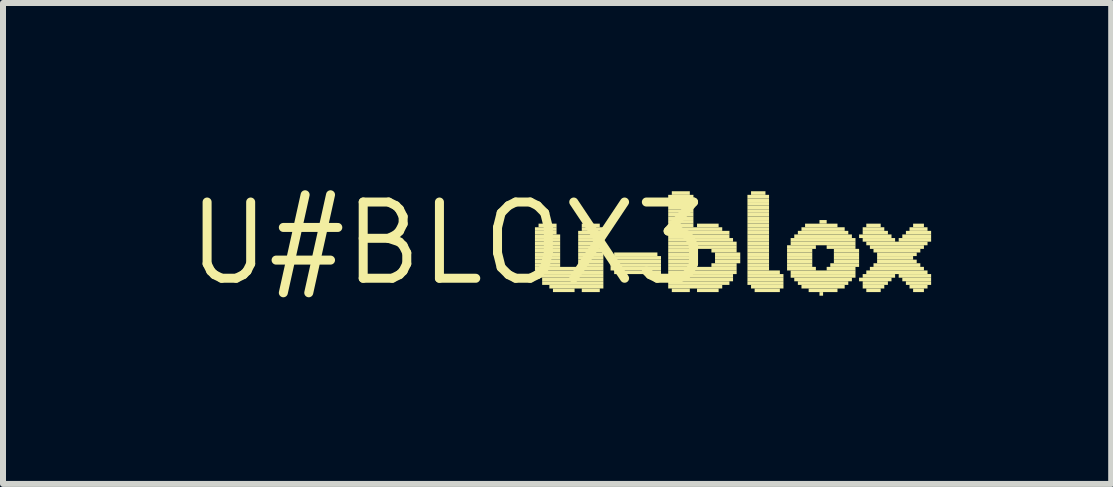
<source format=kicad_pcb>
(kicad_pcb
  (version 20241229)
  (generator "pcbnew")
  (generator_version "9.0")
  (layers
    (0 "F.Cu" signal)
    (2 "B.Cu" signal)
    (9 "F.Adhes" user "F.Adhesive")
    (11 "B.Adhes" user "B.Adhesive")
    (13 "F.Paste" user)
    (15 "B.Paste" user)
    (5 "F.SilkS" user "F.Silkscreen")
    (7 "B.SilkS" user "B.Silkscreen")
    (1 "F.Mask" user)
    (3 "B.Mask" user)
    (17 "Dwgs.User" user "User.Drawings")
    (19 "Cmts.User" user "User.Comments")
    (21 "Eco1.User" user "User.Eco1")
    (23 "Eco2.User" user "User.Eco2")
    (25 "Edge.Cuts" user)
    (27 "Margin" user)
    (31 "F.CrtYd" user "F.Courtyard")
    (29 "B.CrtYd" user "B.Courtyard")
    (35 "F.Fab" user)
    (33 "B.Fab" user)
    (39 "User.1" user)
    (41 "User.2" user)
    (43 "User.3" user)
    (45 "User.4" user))
  (footprint "U#BLOX3"
    (layer "F.Cu")
    (at 4.422 1.006)
    (property "Reference" "U#BLOX3" (at 0 0 0) (layer "F.SilkS") (effects (font (size 1.27 1.27) (thickness 0.15))))
    (attr through_hole)
    (fp_poly (pts (xy 1.44 -0.21) (xy 1.8 -0.21) (xy 1.8 -0.27) (xy 1.44 -0.27)) (stroke (width 0) (type solid)) (fill yes) (layer "F.SilkS"))
    (fp_poly (pts (xy 1.44 -0.15) (xy 1.8 -0.15) (xy 1.8 -0.21) (xy 1.44 -0.21)) (stroke (width 0) (type solid)) (fill yes) (layer "F.SilkS"))
    (fp_poly (pts (xy 1.44 -0.09) (xy 1.86 -0.09) (xy 1.86 -0.15) (xy 1.44 -0.15)) (stroke (width 0) (type solid)) (fill yes) (layer "F.SilkS"))
    (fp_poly (pts (xy 1.44 -0.03) (xy 1.86 -0.03) (xy 1.86 -0.09) (xy 1.44 -0.09)) (stroke (width 0) (type solid)) (fill yes) (layer "F.SilkS"))
    (fp_poly (pts (xy 1.44 0.03) (xy 1.86 0.03) (xy 1.86 -0.03) (xy 1.44 -0.03)) (stroke (width 0) (type solid)) (fill yes) (layer "F.SilkS"))
    (fp_poly (pts (xy 1.44 0.09) (xy 1.86 0.09) (xy 1.86 0.03) (xy 1.44 0.03)) (stroke (width 0) (type solid)) (fill yes) (layer "F.SilkS"))
    (fp_poly (pts (xy 1.44 0.15) (xy 1.86 0.15) (xy 1.86 0.09) (xy 1.44 0.09)) (stroke (width 0) (type solid)) (fill yes) (layer "F.SilkS"))
    (fp_poly (pts (xy 1.44 0.21) (xy 1.86 0.21) (xy 1.86 0.15) (xy 1.44 0.15)) (stroke (width 0) (type solid)) (fill yes) (layer "F.SilkS"))
    (fp_poly (pts (xy 1.44 0.27) (xy 1.86 0.27) (xy 1.86 0.21) (xy 1.44 0.21)) (stroke (width 0) (type solid)) (fill yes) (layer "F.SilkS"))
    (fp_poly (pts (xy 1.44 0.33) (xy 1.86 0.33) (xy 1.86 0.27) (xy 1.44 0.27)) (stroke (width 0) (type solid)) (fill yes) (layer "F.SilkS"))
    (fp_poly (pts (xy 1.44 0.39) (xy 1.86 0.39) (xy 1.86 0.33) (xy 1.44 0.33)) (stroke (width 0) (type solid)) (fill yes) (layer "F.SilkS"))
    (fp_poly (pts (xy 1.44 0.45) (xy 2.58 0.45) (xy 2.58 0.39) (xy 1.44 0.39)) (stroke (width 0) (type solid)) (fill yes) (layer "F.SilkS"))
    (fp_poly (pts (xy 1.5 -0.27) (xy 1.8 -0.27) (xy 1.8 -0.33) (xy 1.5 -0.33)) (stroke (width 0) (type solid)) (fill yes) (layer "F.SilkS"))
    (fp_poly (pts (xy 1.5 0.51) (xy 2.58 0.51) (xy 2.58 0.45) (xy 1.5 0.45)) (stroke (width 0) (type solid)) (fill yes) (layer "F.SilkS"))
    (fp_poly (pts (xy 1.5 0.57) (xy 2.58 0.57) (xy 2.58 0.51) (xy 1.5 0.51)) (stroke (width 0) (type solid)) (fill yes) (layer "F.SilkS"))
    (fp_poly (pts (xy 1.56 0.63) (xy 2.58 0.63) (xy 2.58 0.57) (xy 1.56 0.57)) (stroke (width 0) (type solid)) (fill yes) (layer "F.SilkS"))
    (fp_poly (pts (xy 1.56 0.69) (xy 2.58 0.69) (xy 2.58 0.63) (xy 1.56 0.63)) (stroke (width 0) (type solid)) (fill yes) (layer "F.SilkS"))
    (fp_poly (pts (xy 1.68 0.75) (xy 2.58 0.75) (xy 2.58 0.69) (xy 1.68 0.69)) (stroke (width 0) (type solid)) (fill yes) (layer "F.SilkS"))
    (fp_poly (pts (xy 1.74 0.81) (xy 2.1 0.81) (xy 2.1 0.75) (xy 1.74 0.75)) (stroke (width 0) (type solid)) (fill yes) (layer "F.SilkS"))
    (fp_poly (pts (xy 2.16 -0.15) (xy 2.58 -0.15) (xy 2.58 -0.21) (xy 2.16 -0.21)) (stroke (width 0) (type solid)) (fill yes) (layer "F.SilkS"))
    (fp_poly (pts (xy 2.16 -0.09) (xy 2.58 -0.09) (xy 2.58 -0.15) (xy 2.16 -0.15)) (stroke (width 0) (type solid)) (fill yes) (layer "F.SilkS"))
    (fp_poly (pts (xy 2.16 -0.03) (xy 2.58 -0.03) (xy 2.58 -0.09) (xy 2.16 -0.09)) (stroke (width 0) (type solid)) (fill yes) (layer "F.SilkS"))
    (fp_poly (pts (xy 2.16 0.03) (xy 2.58 0.03) (xy 2.58 -0.03) (xy 2.16 -0.03)) (stroke (width 0) (type solid)) (fill yes) (layer "F.SilkS"))
    (fp_poly (pts (xy 2.16 0.09) (xy 2.58 0.09) (xy 2.58 0.03) (xy 2.16 0.03)) (stroke (width 0) (type solid)) (fill yes) (layer "F.SilkS"))
    (fp_poly (pts (xy 2.16 0.15) (xy 2.58 0.15) (xy 2.58 0.09) (xy 2.16 0.09)) (stroke (width 0) (type solid)) (fill yes) (layer "F.SilkS"))
    (fp_poly (pts (xy 2.16 0.21) (xy 2.58 0.21) (xy 2.58 0.15) (xy 2.16 0.15)) (stroke (width 0) (type solid)) (fill yes) (layer "F.SilkS"))
    (fp_poly (pts (xy 2.16 0.27) (xy 2.58 0.27) (xy 2.58 0.21) (xy 2.16 0.21)) (stroke (width 0) (type solid)) (fill yes) (layer "F.SilkS"))
    (fp_poly (pts (xy 2.16 0.33) (xy 2.58 0.33) (xy 2.58 0.27) (xy 2.16 0.27)) (stroke (width 0) (type solid)) (fill yes) (layer "F.SilkS"))
    (fp_poly (pts (xy 2.16 0.39) (xy 2.58 0.39) (xy 2.58 0.33) (xy 2.16 0.33)) (stroke (width 0) (type solid)) (fill yes) (layer "F.SilkS"))
    (fp_poly (pts (xy 2.22 -0.27) (xy 2.52 -0.27) (xy 2.52 -0.33) (xy 2.22 -0.33)) (stroke (width 0) (type solid)) (fill yes) (layer "F.SilkS"))
    (fp_poly (pts (xy 2.22 -0.21) (xy 2.58 -0.21) (xy 2.58 -0.27) (xy 2.22 -0.27)) (stroke (width 0) (type solid)) (fill yes) (layer "F.SilkS"))
    (fp_poly (pts (xy 2.22 0.81) (xy 2.52 0.81) (xy 2.52 0.75) (xy 2.22 0.75)) (stroke (width 0) (type solid)) (fill yes) (layer "F.SilkS"))
    (fp_poly (pts (xy 2.7 0.27) (xy 3.54 0.27) (xy 3.54 0.21) (xy 2.7 0.21)) (stroke (width 0) (type solid)) (fill yes) (layer "F.SilkS"))
    (fp_poly (pts (xy 2.7 0.33) (xy 3.54 0.33) (xy 3.54 0.27) (xy 2.7 0.27)) (stroke (width 0) (type solid)) (fill yes) (layer "F.SilkS"))
    (fp_poly (pts (xy 2.7 0.39) (xy 3.54 0.39) (xy 3.54 0.33) (xy 2.7 0.33)) (stroke (width 0) (type solid)) (fill yes) (layer "F.SilkS"))
    (fp_poly (pts (xy 2.7 0.45) (xy 3.54 0.45) (xy 3.54 0.39) (xy 2.7 0.39)) (stroke (width 0) (type solid)) (fill yes) (layer "F.SilkS"))
    (fp_poly (pts (xy 2.76 0.21) (xy 3.48 0.21) (xy 3.48 0.15) (xy 2.76 0.15)) (stroke (width 0) (type solid)) (fill yes) (layer "F.SilkS"))
    (fp_poly (pts (xy 2.76 0.51) (xy 3.54 0.51) (xy 3.54 0.45) (xy 2.76 0.45)) (stroke (width 0) (type solid)) (fill yes) (layer "F.SilkS"))
    (fp_poly (pts (xy 3.66 -0.75) (xy 4.08 -0.75) (xy 4.08 -0.81) (xy 3.66 -0.81)) (stroke (width 0) (type solid)) (fill yes) (layer "F.SilkS"))
    (fp_poly (pts (xy 3.66 -0.69) (xy 4.08 -0.69) (xy 4.08 -0.75) (xy 3.66 -0.75)) (stroke (width 0) (type solid)) (fill yes) (layer "F.SilkS"))
    (fp_poly (pts (xy 3.66 -0.63) (xy 4.08 -0.63) (xy 4.08 -0.69) (xy 3.66 -0.69)) (stroke (width 0) (type solid)) (fill yes) (layer "F.SilkS"))
    (fp_poly (pts (xy 3.66 -0.57) (xy 4.08 -0.57) (xy 4.08 -0.63) (xy 3.66 -0.63)) (stroke (width 0) (type solid)) (fill yes) (layer "F.SilkS"))
    (fp_poly (pts (xy 3.66 -0.51) (xy 4.08 -0.51) (xy 4.08 -0.57) (xy 3.66 -0.57)) (stroke (width 0) (type solid)) (fill yes) (layer "F.SilkS"))
    (fp_poly (pts (xy 3.66 -0.45) (xy 4.08 -0.45) (xy 4.08 -0.51) (xy 3.66 -0.51)) (stroke (width 0) (type solid)) (fill yes) (layer "F.SilkS"))
    (fp_poly (pts (xy 3.66 -0.39) (xy 4.08 -0.39) (xy 4.08 -0.45) (xy 3.66 -0.45)) (stroke (width 0) (type solid)) (fill yes) (layer "F.SilkS"))
    (fp_poly (pts (xy 3.66 -0.33) (xy 4.08 -0.33) (xy 4.08 -0.39) (xy 3.66 -0.39)) (stroke (width 0) (type solid)) (fill yes) (layer "F.SilkS"))
    (fp_poly (pts (xy 3.66 -0.27) (xy 4.08 -0.27) (xy 4.08 -0.33) (xy 3.66 -0.33)) (stroke (width 0) (type solid)) (fill yes) (layer "F.SilkS"))
    (fp_poly (pts (xy 3.66 -0.21) (xy 4.56 -0.21) (xy 4.56 -0.27) (xy 3.66 -0.27)) (stroke (width 0) (type solid)) (fill yes) (layer "F.SilkS"))
    (fp_poly (pts (xy 3.66 -0.15) (xy 4.68 -0.15) (xy 4.68 -0.21) (xy 3.66 -0.21)) (stroke (width 0) (type solid)) (fill yes) (layer "F.SilkS"))
    (fp_poly (pts (xy 3.66 -0.09) (xy 4.68 -0.09) (xy 4.68 -0.15) (xy 3.66 -0.15)) (stroke (width 0) (type solid)) (fill yes) (layer "F.SilkS"))
    (fp_poly (pts (xy 3.66 -0.03) (xy 4.74 -0.03) (xy 4.74 -0.09) (xy 3.66 -0.09)) (stroke (width 0) (type solid)) (fill yes) (layer "F.SilkS"))
    (fp_poly (pts (xy 3.66 0.03) (xy 4.8 0.03) (xy 4.8 -0.03) (xy 3.66 -0.03)) (stroke (width 0) (type solid)) (fill yes) (layer "F.SilkS"))
    (fp_poly (pts (xy 3.66 0.09) (xy 4.8 0.09) (xy 4.8 0.03) (xy 3.66 0.03)) (stroke (width 0) (type solid)) (fill yes) (layer "F.SilkS"))
    (fp_poly (pts (xy 3.66 0.15) (xy 4.14 0.15) (xy 4.14 0.09) (xy 3.66 0.09)) (stroke (width 0) (type solid)) (fill yes) (layer "F.SilkS"))
    (fp_poly (pts (xy 3.66 0.21) (xy 4.08 0.21) (xy 4.08 0.15) (xy 3.66 0.15)) (stroke (width 0) (type solid)) (fill yes) (layer "F.SilkS"))
    (fp_poly (pts (xy 3.66 0.27) (xy 4.08 0.27) (xy 4.08 0.21) (xy 3.66 0.21)) (stroke (width 0) (type solid)) (fill yes) (layer "F.SilkS"))
    (fp_poly (pts (xy 3.66 0.33) (xy 4.08 0.33) (xy 4.08 0.27) (xy 3.66 0.27)) (stroke (width 0) (type solid)) (fill yes) (layer "F.SilkS"))
    (fp_poly (pts (xy 3.66 0.39) (xy 4.14 0.39) (xy 4.14 0.33) (xy 3.66 0.33)) (stroke (width 0) (type solid)) (fill yes) (layer "F.SilkS"))
    (fp_poly (pts (xy 3.66 0.45) (xy 4.8 0.45) (xy 4.8 0.39) (xy 3.66 0.39)) (stroke (width 0) (type solid)) (fill yes) (layer "F.SilkS"))
    (fp_poly (pts (xy 3.66 0.51) (xy 4.8 0.51) (xy 4.8 0.45) (xy 3.66 0.45)) (stroke (width 0) (type solid)) (fill yes) (layer "F.SilkS"))
    (fp_poly (pts (xy 3.66 0.57) (xy 4.74 0.57) (xy 4.74 0.51) (xy 3.66 0.51)) (stroke (width 0) (type solid)) (fill yes) (layer "F.SilkS"))
    (fp_poly (pts (xy 3.66 0.63) (xy 4.74 0.63) (xy 4.74 0.57) (xy 3.66 0.57)) (stroke (width 0) (type solid)) (fill yes) (layer "F.SilkS"))
    (fp_poly (pts (xy 3.66 0.69) (xy 4.68 0.69) (xy 4.68 0.63) (xy 3.66 0.63)) (stroke (width 0) (type solid)) (fill yes) (layer "F.SilkS"))
    (fp_poly (pts (xy 3.66 0.75) (xy 4.56 0.75) (xy 4.56 0.69) (xy 3.66 0.69)) (stroke (width 0) (type solid)) (fill yes) (layer "F.SilkS"))
    (fp_poly (pts (xy 3.72 -0.81) (xy 4.02 -0.81) (xy 4.02 -0.87) (xy 3.72 -0.87)) (stroke (width 0) (type solid)) (fill yes) (layer "F.SilkS"))
    (fp_poly (pts (xy 3.72 0.81) (xy 4.02 0.81) (xy 4.02 0.75) (xy 3.72 0.75)) (stroke (width 0) (type solid)) (fill yes) (layer "F.SilkS"))
    (fp_poly (pts (xy 4.14 -0.27) (xy 4.5 -0.27) (xy 4.5 -0.33) (xy 4.14 -0.33)) (stroke (width 0) (type solid)) (fill yes) (layer "F.SilkS"))
    (fp_poly (pts (xy 4.14 0.81) (xy 4.5 0.81) (xy 4.5 0.75) (xy 4.14 0.75)) (stroke (width 0) (type solid)) (fill yes) (layer "F.SilkS"))
    (fp_poly (pts (xy 4.38 0.15) (xy 4.8 0.15) (xy 4.8 0.09) (xy 4.38 0.09)) (stroke (width 0) (type solid)) (fill yes) (layer "F.SilkS"))
    (fp_poly (pts (xy 4.38 0.39) (xy 4.8 0.39) (xy 4.8 0.33) (xy 4.38 0.33)) (stroke (width 0) (type solid)) (fill yes) (layer "F.SilkS"))
    (fp_poly (pts (xy 4.44 0.21) (xy 4.86 0.21) (xy 4.86 0.15) (xy 4.44 0.15)) (stroke (width 0) (type solid)) (fill yes) (layer "F.SilkS"))
    (fp_poly (pts (xy 4.44 0.27) (xy 4.86 0.27) (xy 4.86 0.21) (xy 4.44 0.21)) (stroke (width 0) (type solid)) (fill yes) (layer "F.SilkS"))
    (fp_poly (pts (xy 4.44 0.33) (xy 4.86 0.33) (xy 4.86 0.27) (xy 4.44 0.27)) (stroke (width 0) (type solid)) (fill yes) (layer "F.SilkS"))
    (fp_poly (pts (xy 4.98 -0.75) (xy 5.34 -0.75) (xy 5.34 -0.81) (xy 4.98 -0.81)) (stroke (width 0) (type solid)) (fill yes) (layer "F.SilkS"))
    (fp_poly (pts (xy 4.98 -0.69) (xy 5.34 -0.69) (xy 5.34 -0.75) (xy 4.98 -0.75)) (stroke (width 0) (type solid)) (fill yes) (layer "F.SilkS"))
    (fp_poly (pts (xy 4.98 -0.63) (xy 5.34 -0.63) (xy 5.34 -0.69) (xy 4.98 -0.69)) (stroke (width 0) (type solid)) (fill yes) (layer "F.SilkS"))
    (fp_poly (pts (xy 4.98 -0.57) (xy 5.34 -0.57) (xy 5.34 -0.63) (xy 4.98 -0.63)) (stroke (width 0) (type solid)) (fill yes) (layer "F.SilkS"))
    (fp_poly (pts (xy 4.98 -0.51) (xy 5.34 -0.51) (xy 5.34 -0.57) (xy 4.98 -0.57)) (stroke (width 0) (type solid)) (fill yes) (layer "F.SilkS"))
    (fp_poly (pts (xy 4.98 -0.45) (xy 5.34 -0.45) (xy 5.34 -0.51) (xy 4.98 -0.51)) (stroke (width 0) (type solid)) (fill yes) (layer "F.SilkS"))
    (fp_poly (pts (xy 4.98 -0.39) (xy 5.34 -0.39) (xy 5.34 -0.45) (xy 4.98 -0.45)) (stroke (width 0) (type solid)) (fill yes) (layer "F.SilkS"))
    (fp_poly (pts (xy 4.98 -0.33) (xy 5.34 -0.33) (xy 5.34 -0.39) (xy 4.98 -0.39)) (stroke (width 0) (type solid)) (fill yes) (layer "F.SilkS"))
    (fp_poly (pts (xy 4.98 -0.27) (xy 5.34 -0.27) (xy 5.34 -0.33) (xy 4.98 -0.33)) (stroke (width 0) (type solid)) (fill yes) (layer "F.SilkS"))
    (fp_poly (pts (xy 4.98 -0.21) (xy 5.34 -0.21) (xy 5.34 -0.27) (xy 4.98 -0.27)) (stroke (width 0) (type solid)) (fill yes) (layer "F.SilkS"))
    (fp_poly (pts (xy 4.98 -0.15) (xy 5.34 -0.15) (xy 5.34 -0.21) (xy 4.98 -0.21)) (stroke (width 0) (type solid)) (fill yes) (layer "F.SilkS"))
    (fp_poly (pts (xy 4.98 -0.09) (xy 5.34 -0.09) (xy 5.34 -0.15) (xy 4.98 -0.15)) (stroke (width 0) (type solid)) (fill yes) (layer "F.SilkS"))
    (fp_poly (pts (xy 4.98 -0.03) (xy 5.34 -0.03) (xy 5.34 -0.09) (xy 4.98 -0.09)) (stroke (width 0) (type solid)) (fill yes) (layer "F.SilkS"))
    (fp_poly (pts (xy 4.98 0.03) (xy 5.34 0.03) (xy 5.34 -0.03) (xy 4.98 -0.03)) (stroke (width 0) (type solid)) (fill yes) (layer "F.SilkS"))
    (fp_poly (pts (xy 4.98 0.09) (xy 5.34 0.09) (xy 5.34 0.03) (xy 4.98 0.03)) (stroke (width 0) (type solid)) (fill yes) (layer "F.SilkS"))
    (fp_poly (pts (xy 4.98 0.15) (xy 5.34 0.15) (xy 5.34 0.09) (xy 4.98 0.09)) (stroke (width 0) (type solid)) (fill yes) (layer "F.SilkS"))
    (fp_poly (pts (xy 4.98 0.21) (xy 5.34 0.21) (xy 5.34 0.15) (xy 4.98 0.15)) (stroke (width 0) (type solid)) (fill yes) (layer "F.SilkS"))
    (fp_poly (pts (xy 4.98 0.27) (xy 5.34 0.27) (xy 5.34 0.21) (xy 4.98 0.21)) (stroke (width 0) (type solid)) (fill yes) (layer "F.SilkS"))
    (fp_poly (pts (xy 4.98 0.33) (xy 5.34 0.33) (xy 5.34 0.27) (xy 4.98 0.27)) (stroke (width 0) (type solid)) (fill yes) (layer "F.SilkS"))
    (fp_poly (pts (xy 4.98 0.39) (xy 5.34 0.39) (xy 5.34 0.33) (xy 4.98 0.33)) (stroke (width 0) (type solid)) (fill yes) (layer "F.SilkS"))
    (fp_poly (pts (xy 4.98 0.45) (xy 5.34 0.45) (xy 5.34 0.39) (xy 4.98 0.39)) (stroke (width 0) (type solid)) (fill yes) (layer "F.SilkS"))
    (fp_poly (pts (xy 4.98 0.51) (xy 5.52 0.51) (xy 5.52 0.45) (xy 4.98 0.45)) (stroke (width 0) (type solid)) (fill yes) (layer "F.SilkS"))
    (fp_poly (pts (xy 4.98 0.57) (xy 5.58 0.57) (xy 5.58 0.51) (xy 4.98 0.51)) (stroke (width 0) (type solid)) (fill yes) (layer "F.SilkS"))
    (fp_poly (pts (xy 4.98 0.63) (xy 5.58 0.63) (xy 5.58 0.57) (xy 4.98 0.57)) (stroke (width 0) (type solid)) (fill yes) (layer "F.SilkS"))
    (fp_poly (pts (xy 4.98 0.69) (xy 5.58 0.69) (xy 5.58 0.63) (xy 4.98 0.63)) (stroke (width 0) (type solid)) (fill yes) (layer "F.SilkS"))
    (fp_poly (pts (xy 5.04 -0.81) (xy 5.28 -0.81) (xy 5.28 -0.87) (xy 5.04 -0.87)) (stroke (width 0) (type solid)) (fill yes) (layer "F.SilkS"))
    (fp_poly (pts (xy 5.04 0.75) (xy 5.58 0.75) (xy 5.58 0.69) (xy 5.04 0.69)) (stroke (width 0) (type solid)) (fill yes) (layer "F.SilkS"))
    (fp_poly (pts (xy 5.1 0.81) (xy 5.52 0.81) (xy 5.52 0.75) (xy 5.1 0.75)) (stroke (width 0) (type solid)) (fill yes) (layer "F.SilkS"))
    (fp_poly (pts (xy 5.64 0.09) (xy 6.12 0.09) (xy 6.12 0.03) (xy 5.64 0.03)) (stroke (width 0) (type solid)) (fill yes) (layer "F.SilkS"))
    (fp_poly (pts (xy 5.64 0.15) (xy 6.06 0.15) (xy 6.06 0.09) (xy 5.64 0.09)) (stroke (width 0) (type solid)) (fill yes) (layer "F.SilkS"))
    (fp_poly (pts (xy 5.64 0.21) (xy 6.06 0.21) (xy 6.06 0.15) (xy 5.64 0.15)) (stroke (width 0) (type solid)) (fill yes) (layer "F.SilkS"))
    (fp_poly (pts (xy 5.64 0.27) (xy 6.06 0.27) (xy 6.06 0.21) (xy 5.64 0.21)) (stroke (width 0) (type solid)) (fill yes) (layer "F.SilkS"))
    (fp_poly (pts (xy 5.64 0.33) (xy 6.06 0.33) (xy 6.06 0.27) (xy 5.64 0.27)) (stroke (width 0) (type solid)) (fill yes) (layer "F.SilkS"))
    (fp_poly (pts (xy 5.64 0.39) (xy 6.06 0.39) (xy 6.06 0.33) (xy 5.64 0.33)) (stroke (width 0) (type solid)) (fill yes) (layer "F.SilkS"))
    (fp_poly (pts (xy 5.64 0.45) (xy 6.12 0.45) (xy 6.12 0.39) (xy 5.64 0.39)) (stroke (width 0) (type solid)) (fill yes) (layer "F.SilkS"))
    (fp_poly (pts (xy 5.7 -0.03) (xy 6.78 -0.03) (xy 6.78 -0.09) (xy 5.7 -0.09)) (stroke (width 0) (type solid)) (fill yes) (layer "F.SilkS"))
    (fp_poly (pts (xy 5.7 0.03) (xy 6.78 0.03) (xy 6.78 -0.03) (xy 5.7 -0.03)) (stroke (width 0) (type solid)) (fill yes) (layer "F.SilkS"))
    (fp_poly (pts (xy 5.7 0.51) (xy 6.78 0.51) (xy 6.78 0.45) (xy 5.7 0.45)) (stroke (width 0) (type solid)) (fill yes) (layer "F.SilkS"))
    (fp_poly (pts (xy 5.7 0.57) (xy 6.78 0.57) (xy 6.78 0.51) (xy 5.7 0.51)) (stroke (width 0) (type solid)) (fill yes) (layer "F.SilkS"))
    (fp_poly (pts (xy 5.76 -0.09) (xy 6.72 -0.09) (xy 6.72 -0.15) (xy 5.76 -0.15)) (stroke (width 0) (type solid)) (fill yes) (layer "F.SilkS"))
    (fp_poly (pts (xy 5.76 0.63) (xy 6.72 0.63) (xy 6.72 0.57) (xy 5.76 0.57)) (stroke (width 0) (type solid)) (fill yes) (layer "F.SilkS"))
    (fp_poly (pts (xy 5.82 -0.15) (xy 6.66 -0.15) (xy 6.66 -0.21) (xy 5.82 -0.21)) (stroke (width 0) (type solid)) (fill yes) (layer "F.SilkS"))
    (fp_poly (pts (xy 5.82 0.69) (xy 6.66 0.69) (xy 6.66 0.63) (xy 5.82 0.63)) (stroke (width 0) (type solid)) (fill yes) (layer "F.SilkS"))
    (fp_poly (pts (xy 5.88 -0.21) (xy 6.6 -0.21) (xy 6.6 -0.27) (xy 5.88 -0.27)) (stroke (width 0) (type solid)) (fill yes) (layer "F.SilkS"))
    (fp_poly (pts (xy 5.88 0.75) (xy 6.6 0.75) (xy 6.6 0.69) (xy 5.88 0.69)) (stroke (width 0) (type solid)) (fill yes) (layer "F.SilkS"))
    (fp_poly (pts (xy 5.94 -0.27) (xy 6.48 -0.27) (xy 6.48 -0.33) (xy 5.94 -0.33)) (stroke (width 0) (type solid)) (fill yes) (layer "F.SilkS"))
    (fp_poly (pts (xy 6 0.81) (xy 6.48 0.81) (xy 6.48 0.75) (xy 6 0.75)) (stroke (width 0) (type solid)) (fill yes) (layer "F.SilkS"))
    (fp_poly (pts (xy 6.18 -0.33) (xy 6.3 -0.33) (xy 6.3 -0.39) (xy 6.18 -0.39)) (stroke (width 0) (type solid)) (fill yes) (layer "F.SilkS"))
    (fp_poly (pts (xy 6.18 0.87) (xy 6.24 0.87) (xy 6.24 0.81) (xy 6.18 0.81)) (stroke (width 0) (type solid)) (fill yes) (layer "F.SilkS"))
    (fp_poly (pts (xy 6.3 0.09) (xy 6.78 0.09) (xy 6.78 0.03) (xy 6.3 0.03)) (stroke (width 0) (type solid)) (fill yes) (layer "F.SilkS"))
    (fp_poly (pts (xy 6.3 0.45) (xy 6.78 0.45) (xy 6.78 0.39) (xy 6.3 0.39)) (stroke (width 0) (type solid)) (fill yes) (layer "F.SilkS"))
    (fp_poly (pts (xy 6.36 0.39) (xy 6.84 0.39) (xy 6.84 0.33) (xy 6.36 0.33)) (stroke (width 0) (type solid)) (fill yes) (layer "F.SilkS"))
    (fp_poly (pts (xy 6.42 0.15) (xy 6.84 0.15) (xy 6.84 0.09) (xy 6.42 0.09)) (stroke (width 0) (type solid)) (fill yes) (layer "F.SilkS"))
    (fp_poly (pts (xy 6.42 0.21) (xy 6.84 0.21) (xy 6.84 0.15) (xy 6.42 0.15)) (stroke (width 0) (type solid)) (fill yes) (layer "F.SilkS"))
    (fp_poly (pts (xy 6.42 0.27) (xy 6.84 0.27) (xy 6.84 0.21) (xy 6.42 0.21)) (stroke (width 0) (type solid)) (fill yes) (layer "F.SilkS"))
    (fp_poly (pts (xy 6.42 0.33) (xy 6.84 0.33) (xy 6.84 0.27) (xy 6.42 0.27)) (stroke (width 0) (type solid)) (fill yes) (layer "F.SilkS"))
    (fp_poly (pts (xy 6.84 -0.09) (xy 7.38 -0.09) (xy 7.38 -0.15) (xy 6.84 -0.15)) (stroke (width 0) (type solid)) (fill yes) (layer "F.SilkS"))
    (fp_poly (pts (xy 6.84 0.63) (xy 7.38 0.63) (xy 7.38 0.57) (xy 6.84 0.57)) (stroke (width 0) (type solid)) (fill yes) (layer "F.SilkS"))
    (fp_poly (pts (xy 6.9 -0.21) (xy 7.26 -0.21) (xy 7.26 -0.27) (xy 6.9 -0.27)) (stroke (width 0) (type solid)) (fill yes) (layer "F.SilkS"))
    (fp_poly (pts (xy 6.9 -0.15) (xy 7.32 -0.15) (xy 7.32 -0.21) (xy 6.9 -0.21)) (stroke (width 0) (type solid)) (fill yes) (layer "F.SilkS"))
    (fp_poly (pts (xy 6.9 -0.03) (xy 7.44 -0.03) (xy 7.44 -0.09) (xy 6.9 -0.09)) (stroke (width 0) (type solid)) (fill yes) (layer "F.SilkS"))
    (fp_poly (pts (xy 6.9 0.57) (xy 7.44 0.57) (xy 7.44 0.51) (xy 6.9 0.51)) (stroke (width 0) (type solid)) (fill yes) (layer "F.SilkS"))
    (fp_poly (pts (xy 6.9 0.69) (xy 7.32 0.69) (xy 7.32 0.63) (xy 6.9 0.63)) (stroke (width 0) (type solid)) (fill yes) (layer "F.SilkS"))
    (fp_poly (pts (xy 6.9 0.75) (xy 7.26 0.75) (xy 7.26 0.69) (xy 6.9 0.69)) (stroke (width 0) (type solid)) (fill yes) (layer "F.SilkS"))
    (fp_poly (pts (xy 6.96 -0.27) (xy 7.2 -0.27) (xy 7.2 -0.33) (xy 6.96 -0.33)) (stroke (width 0) (type solid)) (fill yes) (layer "F.SilkS"))
    (fp_poly (pts (xy 6.96 0.03) (xy 7.98 0.03) (xy 7.98 -0.03) (xy 6.96 -0.03)) (stroke (width 0) (type solid)) (fill yes) (layer "F.SilkS"))
    (fp_poly (pts (xy 6.96 0.51) (xy 7.98 0.51) (xy 7.98 0.45) (xy 6.96 0.45)) (stroke (width 0) (type solid)) (fill yes) (layer "F.SilkS"))
    (fp_poly (pts (xy 6.96 0.81) (xy 7.2 0.81) (xy 7.2 0.75) (xy 6.96 0.75)) (stroke (width 0) (type solid)) (fill yes) (layer "F.SilkS"))
    (fp_poly (pts (xy 7.02 0.09) (xy 7.92 0.09) (xy 7.92 0.03) (xy 7.02 0.03)) (stroke (width 0) (type solid)) (fill yes) (layer "F.SilkS"))
    (fp_poly (pts (xy 7.02 0.45) (xy 7.92 0.45) (xy 7.92 0.39) (xy 7.02 0.39)) (stroke (width 0) (type solid)) (fill yes) (layer "F.SilkS"))
    (fp_poly (pts (xy 7.08 0.15) (xy 7.86 0.15) (xy 7.86 0.09) (xy 7.08 0.09)) (stroke (width 0) (type solid)) (fill yes) (layer "F.SilkS"))
    (fp_poly (pts (xy 7.08 0.39) (xy 7.86 0.39) (xy 7.86 0.33) (xy 7.08 0.33)) (stroke (width 0) (type solid)) (fill yes) (layer "F.SilkS"))
    (fp_poly (pts (xy 7.14 0.21) (xy 7.8 0.21) (xy 7.8 0.15) (xy 7.14 0.15)) (stroke (width 0) (type solid)) (fill yes) (layer "F.SilkS"))
    (fp_poly (pts (xy 7.14 0.27) (xy 7.74 0.27) (xy 7.74 0.21) (xy 7.14 0.21)) (stroke (width 0) (type solid)) (fill yes) (layer "F.SilkS"))
    (fp_poly (pts (xy 7.14 0.33) (xy 7.8 0.33) (xy 7.8 0.27) (xy 7.14 0.27)) (stroke (width 0) (type solid)) (fill yes) (layer "F.SilkS"))
    (fp_poly (pts (xy 7.5 -0.03) (xy 8.04 -0.03) (xy 8.04 -0.09) (xy 7.5 -0.09)) (stroke (width 0) (type solid)) (fill yes) (layer "F.SilkS"))
    (fp_poly (pts (xy 7.5 0.57) (xy 8.04 0.57) (xy 8.04 0.51) (xy 7.5 0.51)) (stroke (width 0) (type solid)) (fill yes) (layer "F.SilkS"))
    (fp_poly (pts (xy 7.56 -0.09) (xy 8.04 -0.09) (xy 8.04 -0.15) (xy 7.56 -0.15)) (stroke (width 0) (type solid)) (fill yes) (layer "F.SilkS"))
    (fp_poly (pts (xy 7.56 0.63) (xy 8.04 0.63) (xy 8.04 0.57) (xy 7.56 0.57)) (stroke (width 0) (type solid)) (fill yes) (layer "F.SilkS"))
    (fp_poly (pts (xy 7.62 -0.15) (xy 8.04 -0.15) (xy 8.04 -0.21) (xy 7.62 -0.21)) (stroke (width 0) (type solid)) (fill yes) (layer "F.SilkS"))
    (fp_poly (pts (xy 7.62 0.69) (xy 8.04 0.69) (xy 8.04 0.63) (xy 7.62 0.63)) (stroke (width 0) (type solid)) (fill yes) (layer "F.SilkS"))
    (fp_poly (pts (xy 7.68 -0.21) (xy 7.98 -0.21) (xy 7.98 -0.27) (xy 7.68 -0.27)) (stroke (width 0) (type solid)) (fill yes) (layer "F.SilkS"))
    (fp_poly (pts (xy 7.68 0.75) (xy 7.98 0.75) (xy 7.98 0.69) (xy 7.68 0.69)) (stroke (width 0) (type solid)) (fill yes) (layer "F.SilkS"))
    (fp_poly (pts (xy 7.74 -0.27) (xy 7.92 -0.27) (xy 7.92 -0.33) (xy 7.74 -0.33)) (stroke (width 0) (type solid)) (fill yes) (layer "F.SilkS"))
    (fp_poly (pts (xy 7.74 0.81) (xy 7.92 0.81) (xy 7.92 0.75) (xy 7.74 0.75)) (stroke (width 0) (type solid)) (fill yes) (layer "F.SilkS")))
  (gr_rect
    (start -3 -3)
    (end 15.462 5.012)
    (stroke (width 0.1) (type default))
    (fill no)
    (layer "Edge.Cuts")))
</source>
